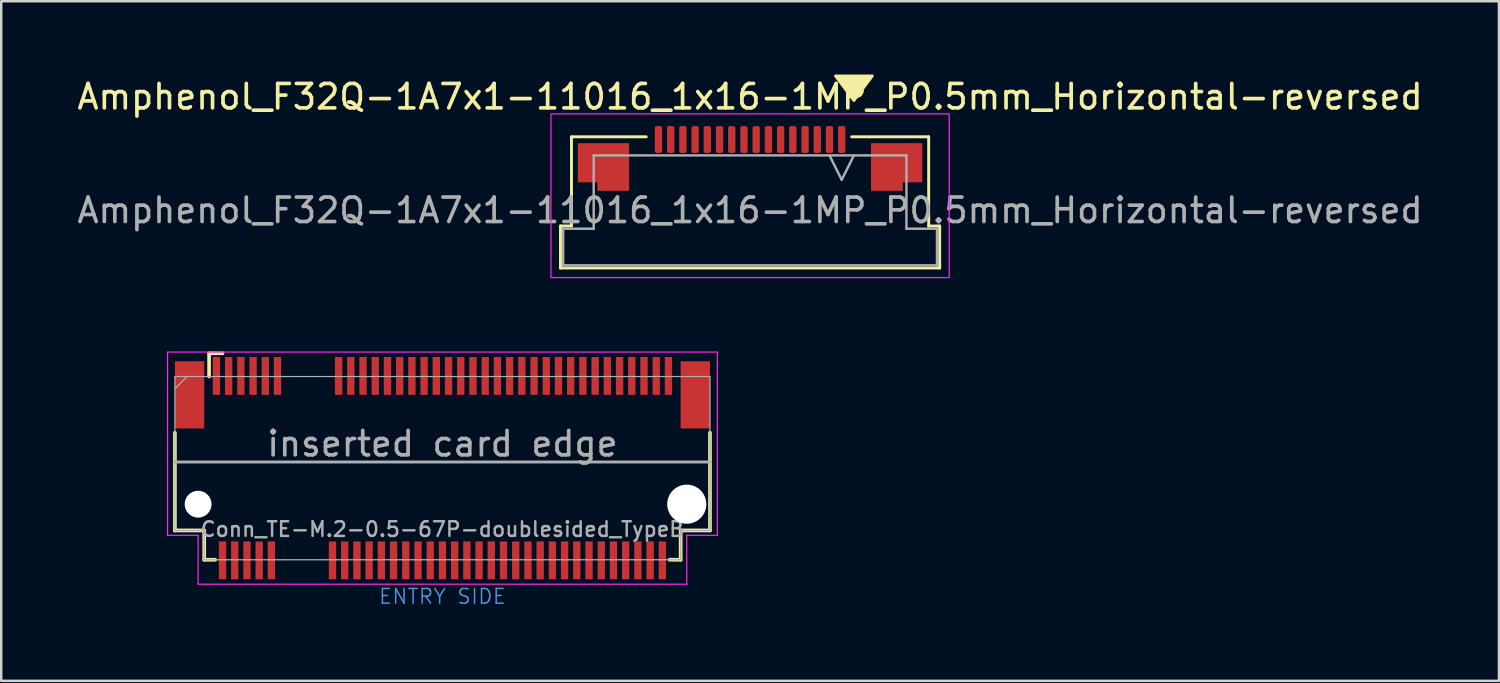
<source format=kicad_pcb>
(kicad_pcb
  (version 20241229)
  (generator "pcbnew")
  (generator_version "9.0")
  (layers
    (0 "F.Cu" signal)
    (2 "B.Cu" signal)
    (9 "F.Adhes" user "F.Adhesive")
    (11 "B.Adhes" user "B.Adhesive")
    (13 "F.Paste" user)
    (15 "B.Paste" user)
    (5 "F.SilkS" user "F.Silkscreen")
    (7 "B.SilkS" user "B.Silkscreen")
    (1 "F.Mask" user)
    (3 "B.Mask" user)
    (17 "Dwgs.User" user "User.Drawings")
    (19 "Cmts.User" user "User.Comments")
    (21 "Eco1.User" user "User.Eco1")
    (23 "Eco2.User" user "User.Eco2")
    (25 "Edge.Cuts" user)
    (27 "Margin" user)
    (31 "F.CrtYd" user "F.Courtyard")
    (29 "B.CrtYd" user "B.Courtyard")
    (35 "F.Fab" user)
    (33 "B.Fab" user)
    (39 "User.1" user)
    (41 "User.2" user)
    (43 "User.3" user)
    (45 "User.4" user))
  (footprint "Amphenol_F32Q-1A7x1-11016_1x16-1MP_P0.5mm_Horizontal-reversed"
    (layer "F.Cu")
    (at 27.649 5.56)
    (property "Reference" "Amphenol_F32Q-1A7x1-11016_1x16-1MP_P0.5mm_Horizontal-reversed" (at 0 -4.65 0) (layer "F.SilkS") (effects (font (size 1 1) (thickness 0.15))))
    (attr smd)
    (fp_line (start -7.76 0.64) (end -7.31 0.64) (stroke (width 0.12) (type solid)) (layer "F.SilkS"))
    (fp_line (start -7.76 2.36) (end -7.76 0.64) (stroke (width 0.12) (type solid)) (layer "F.SilkS"))
    (fp_line (start -7.31 -3.01) (end -4.25 -3.01) (stroke (width 0.12) (type solid)) (layer "F.SilkS"))
    (fp_line (start -7.31 0.64) (end -7.31 -3.01) (stroke (width 0.12) (type solid)) (layer "F.SilkS"))
    (fp_line (start 4.16 -3.01) (end 7.31 -3.01) (stroke (width 0.12) (type solid)) (layer "F.SilkS"))
    (fp_line (start 7.31 -3.01) (end 7.31 0.64) (stroke (width 0.12) (type solid)) (layer "F.SilkS"))
    (fp_line (start 7.31 0.64) (end 7.76 0.64) (stroke (width 0.12) (type solid)) (layer "F.SilkS"))
    (fp_line (start 7.76 0.64) (end 7.76 2.36) (stroke (width 0.12) (type solid)) (layer "F.SilkS"))
    (fp_line (start 7.76 2.36) (end -7.76 2.36) (stroke (width 0.12) (type solid)) (layer "F.SilkS"))
    (fp_poly (pts (xy 4.25 -4.5) (xy 3.5 -5.5) (xy 5 -5.5)) (stroke (width 0.12) (type solid)) (fill yes) (layer "F.SilkS"))
    (fp_rect (start -8.15 -3.95) (end 8.15 2.75) (stroke (width 0.05) (type solid)) (fill no) (layer "F.CrtYd"))
    (fp_line (start -7.65 0.75) (end -6.4 0.75) (stroke (width 0.1) (type solid)) (layer "F.Fab"))
    (fp_line (start -7.65 2.25) (end -7.65 0.75) (stroke (width 0.1) (type solid)) (layer "F.Fab"))
    (fp_line (start -6.4 -2.25) (end 6.4 -2.25) (stroke (width 0.1) (type solid)) (layer "F.Fab"))
    (fp_line (start -6.4 0.75) (end -6.4 -2.25) (stroke (width 0.1) (type solid)) (layer "F.Fab"))
    (fp_line (start 3.25 -2.25) (end 3.75 -1.25) (stroke (width 0.1) (type solid)) (layer "F.Fab"))
    (fp_line (start 3.75 -1.25) (end 4.25 -2.25) (stroke (width 0.1) (type solid)) (layer "F.Fab"))
    (fp_line (start 6.4 -2.25) (end 6.4 0.75) (stroke (width 0.1) (type solid)) (layer "F.Fab"))
    (fp_line (start 6.4 0.75) (end 7.65 0.75) (stroke (width 0.1) (type solid)) (layer "F.Fab"))
    (fp_line (start 7.65 0.75) (end 7.65 2.25) (stroke (width 0.1) (type solid)) (layer "F.Fab"))
    (fp_line (start 7.65 2.25) (end -7.65 2.25) (stroke (width 0.1) (type solid)) (layer "F.Fab"))
    (fp_text user "${REFERENCE}" (at 0 0 0) (layer "F.Fab") (effects (font (size 1 1) (thickness 0.15))))
    (pad "1" smd roundrect (at 3.75 -2.9) (size 0.3 1.1) (layers "F.Cu" "F.Mask" "F.Paste") (roundrect_rratio 0.25))
    (pad "2" smd roundrect (at 3.25 -2.9) (size 0.3 1.1) (layers "F.Cu" "F.Mask" "F.Paste") (roundrect_rratio 0.25))
    (pad "3" smd roundrect (at 2.75 -2.9) (size 0.3 1.1) (layers "F.Cu" "F.Mask" "F.Paste") (roundrect_rratio 0.25))
    (pad "4" smd roundrect (at 2.25 -2.9) (size 0.3 1.1) (layers "F.Cu" "F.Mask" "F.Paste") (roundrect_rratio 0.25))
    (pad "5" smd roundrect (at 1.75 -2.9) (size 0.3 1.1) (layers "F.Cu" "F.Mask" "F.Paste") (roundrect_rratio 0.25))
    (pad "6" smd roundrect (at 1.25 -2.9) (size 0.3 1.1) (layers "F.Cu" "F.Mask" "F.Paste") (roundrect_rratio 0.25))
    (pad "7" smd roundrect (at 0.75 -2.9) (size 0.3 1.1) (layers "F.Cu" "F.Mask" "F.Paste") (roundrect_rratio 0.25))
    (pad "8" smd roundrect (at 0.25 -2.9) (size 0.3 1.1) (layers "F.Cu" "F.Mask" "F.Paste") (roundrect_rratio 0.25))
    (pad "9" smd roundrect (at -0.25 -2.9) (size 0.3 1.1) (layers "F.Cu" "F.Mask" "F.Paste") (roundrect_rratio 0.25))
    (pad "10" smd roundrect (at -0.75 -2.9) (size 0.3 1.1) (layers "F.Cu" "F.Mask" "F.Paste") (roundrect_rratio 0.25))
    (pad "11" smd roundrect (at -1.25 -2.9) (size 0.3 1.1) (layers "F.Cu" "F.Mask" "F.Paste") (roundrect_rratio 0.25))
    (pad "12" smd roundrect (at -1.75 -2.9) (size 0.3 1.1) (layers "F.Cu" "F.Mask" "F.Paste") (roundrect_rratio 0.25))
    (pad "13" smd roundrect (at -2.25 -2.9) (size 0.3 1.1) (layers "F.Cu" "F.Mask" "F.Paste") (roundrect_rratio 0.25))
    (pad "14" smd roundrect (at -2.75 -2.9) (size 0.3 1.1) (layers "F.Cu" "F.Mask" "F.Paste") (roundrect_rratio 0.25))
    (pad "15" smd roundrect (at -3.25 -2.9) (size 0.3 1.1) (layers "F.Cu" "F.Mask" "F.Paste") (roundrect_rratio 0.25))
    (pad "16" smd roundrect (at -3.75 -2.9) (size 0.3 1.1) (layers "F.Cu" "F.Mask" "F.Paste") (roundrect_rratio 0.25))
    (pad "MP" smd custom (at -6 -1.775) (size 1 1) (layers "F.Cu" "F.Mask" "F.Paste") (options (anchor circle)) (primitives (gr_poly (pts (xy 1.05 -0.975) (xy 1.05 0.975) (xy -0.25 0.975) (xy -0.25 0.625) (xy -1.05 0.625) (xy -1.05 -0.975)) (width 0) (fill yes))))
    (pad "MP" smd custom (at 6 -1.775) (size 1 1) (layers "F.Cu" "F.Mask" "F.Paste") (options (anchor circle)) (primitives (gr_poly (pts (xy -1.05 -0.975) (xy -1.05 0.975) (xy 0.25 0.975) (xy 0.25 0.625) (xy 1.05 0.625) (xy 1.05 -0.975)) (width 0) (fill yes)))))
  (footprint "Conn_TE-M.2-0.5-67P-doublesided_TypeB"
    (layer "F.Cu")
    (at 15.058 17.61)
    (property "Reference" "Conn_TE-M.2-0.5-67P-doublesided_TypeB" (at 0 1 0) (layer "F.Fab") (effects (font (size 0.6 0.6) (thickness 0.1))))
    (attr through_hole)
    (fp_line (start -10.95 1.05) (end -10.95 -2.95) (stroke (width 0.15) (type solid)) (layer "F.SilkS"))
    (fp_line (start -9.75 1.05) (end -10.95 1.05) (stroke (width 0.15) (type solid)) (layer "F.SilkS"))
    (fp_line (start -9.75 2.25) (end -9.75 1.05) (stroke (width 0.15) (type solid)) (layer "F.SilkS"))
    (fp_line (start -9.55 -6.2) (end -9 -6.2) (stroke (width 0.15) (type solid)) (layer "F.SilkS"))
    (fp_line (start -9.55 -5.25) (end -9.55 -6.2) (stroke (width 0.15) (type solid)) (layer "F.SilkS"))
    (fp_line (start -9.3 2.25) (end -9.75 2.25) (stroke (width 0.15) (type solid)) (layer "F.SilkS"))
    (fp_line (start 9.75 1.05) (end 9.75 2.25) (stroke (width 0.15) (type solid)) (layer "F.SilkS"))
    (fp_line (start 9.75 2.25) (end 9.3 2.25) (stroke (width 0.15) (type solid)) (layer "F.SilkS"))
    (fp_line (start 10.95 1.05) (end 9.75 1.05) (stroke (width 0.15) (type solid)) (layer "F.SilkS"))
    (fp_line (start 10.95 1.05) (end 10.95 -2.95) (stroke (width 0.15) (type solid)) (layer "F.SilkS"))
    (fp_line (start -11.25 -6.25) (end 11.25 -6.25) (stroke (width 0.05) (type solid)) (layer "F.CrtYd"))
    (fp_line (start -11.25 1.25) (end -11.25 -6.25) (stroke (width 0.05) (type solid)) (layer "F.CrtYd"))
    (fp_line (start -10 1.25) (end -11.25 1.25) (stroke (width 0.05) (type solid)) (layer "F.CrtYd"))
    (fp_line (start -10 3.25) (end -10 1.25) (stroke (width 0.05) (type solid)) (layer "F.CrtYd"))
    (fp_line (start 10 1.25) (end 10 3.25) (stroke (width 0.05) (type solid)) (layer "F.CrtYd"))
    (fp_line (start 10 3.25) (end -10 3.25) (stroke (width 0.05) (type solid)) (layer "F.CrtYd"))
    (fp_line (start 11.25 -6.25) (end 11.25 1.25) (stroke (width 0.05) (type solid)) (layer "F.CrtYd"))
    (fp_line (start 11.25 1.25) (end 10 1.25) (stroke (width 0.05) (type solid)) (layer "F.CrtYd"))
    (fp_line (start -10.95 -5.25) (end -10.95 1.05) (stroke (width 0.05) (type solid)) (layer "F.Fab"))
    (fp_line (start -10.95 -5.25) (end 10.95 -5.25) (stroke (width 0.05) (type solid)) (layer "F.Fab"))
    (fp_line (start -10.95 -4.75) (end -10.45 -5.25) (stroke (width 0.05) (type solid)) (layer "F.Fab"))
    (fp_line (start -10.95 -1.75) (end 10.95 -1.75) (stroke (width 0.12) (type solid)) (layer "F.Fab"))
    (fp_line (start -10.95 1.05) (end -9.75 1.05) (stroke (width 0.05) (type solid)) (layer "F.Fab"))
    (fp_line (start -9.75 1.05) (end -9.75 2.25) (stroke (width 0.05) (type solid)) (layer "F.Fab"))
    (fp_line (start -9.75 2.25) (end 9.75 2.25) (stroke (width 0.05) (type solid)) (layer "F.Fab"))
    (fp_line (start 9.75 1.05) (end 9.75 2.25) (stroke (width 0.05) (type solid)) (layer "F.Fab"))
    (fp_line (start 10.95 1.05) (end 9.75 1.05) (stroke (width 0.05) (type solid)) (layer "F.Fab"))
    (fp_line (start 10.95 1.05) (end 10.95 -5.25) (stroke (width 0.05) (type solid)) (layer "F.Fab"))
    (fp_text user "ENTRY SIDE" (at 0 3.75 0) (layer "Cmts.User") (effects (font (size 0.6 0.6) (thickness 0.06))))
    (fp_text user "${REFERENCE}" (at -10.1 -4.8 0) (layer "Eco1.User") (effects (font (size 0.3 0.3) (thickness 0.03))))
    (fp_text user "inserted card edge" (at 0 -2.5 0) (layer "F.Fab") (effects (font (size 1 1) (thickness 0.15))))
    (pad "" np_thru_hole circle (at -10 -0.025) (size 1.1 1.1) (drill 1.1) (layers "*.Cu"))
    (pad "" np_thru_hole circle (at 10 -0.025) (size 1.6 1.6) (drill 1.6) (layers "*.Cu"))
    (pad "1" smd rect (at -9.25 -5.275) (size 0.3 1.55) (layers "F.Cu" "F.Mask" "F.Paste"))
    (pad "2" smd rect (at -9 2.275) (size 0.3 1.55) (layers "F.Cu" "F.Mask" "F.Paste"))
    (pad "3" smd rect (at -8.75 -5.275) (size 0.3 1.55) (layers "F.Cu" "F.Mask" "F.Paste"))
    (pad "4" smd rect (at -8.5 2.275) (size 0.3 1.55) (layers "F.Cu" "F.Mask" "F.Paste"))
    (pad "5" smd rect (at -8.25 -5.275) (size 0.3 1.55) (layers "F.Cu" "F.Mask" "F.Paste"))
    (pad "6" smd rect (at -8 2.275) (size 0.3 1.55) (layers "F.Cu" "F.Mask" "F.Paste"))
    (pad "7" smd rect (at -7.75 -5.275) (size 0.3 1.55) (layers "F.Cu" "F.Mask" "F.Paste"))
    (pad "8" smd rect (at -7.5 2.275) (size 0.3 1.55) (layers "F.Cu" "F.Mask" "F.Paste"))
    (pad "9" smd rect (at -7.25 -5.275) (size 0.3 1.55) (layers "F.Cu" "F.Mask" "F.Paste"))
    (pad "10" smd rect (at -7 2.275) (size 0.3 1.55) (layers "F.Cu" "F.Mask" "F.Paste"))
    (pad "11" smd rect (at -6.75 -5.275) (size 0.3 1.55) (layers "F.Cu" "F.Mask" "F.Paste"))
    (pad "20" smd rect (at -4.5 2.275) (size 0.3 1.55) (layers "F.Cu" "F.Mask" "F.Paste"))
    (pad "21" smd rect (at -4.25 -5.275) (size 0.3 1.55) (layers "F.Cu" "F.Mask" "F.Paste"))
    (pad "22" smd rect (at -4 2.275) (size 0.3 1.55) (layers "F.Cu" "F.Mask" "F.Paste"))
    (pad "23" smd rect (at -3.75 -5.275) (size 0.3 1.55) (layers "F.Cu" "F.Mask" "F.Paste"))
    (pad "24" smd rect (at -3.5 2.275) (size 0.3 1.55) (layers "F.Cu" "F.Mask" "F.Paste"))
    (pad "25" smd rect (at -3.25 -5.275) (size 0.3 1.55) (layers "F.Cu" "F.Mask" "F.Paste"))
    (pad "26" smd rect (at -3 2.275) (size 0.3 1.55) (layers "F.Cu" "F.Mask" "F.Paste"))
    (pad "27" smd rect (at -2.75 -5.275) (size 0.3 1.55) (layers "F.Cu" "F.Mask" "F.Paste"))
    (pad "28" smd rect (at -2.5 2.275) (size 0.3 1.55) (layers "F.Cu" "F.Mask" "F.Paste"))
    (pad "29" smd rect (at -2.25 -5.275) (size 0.3 1.55) (layers "F.Cu" "F.Mask" "F.Paste"))
    (pad "30" smd rect (at -2 2.275) (size 0.3 1.55) (layers "F.Cu" "F.Mask" "F.Paste"))
    (pad "31" smd rect (at -1.75 -5.275) (size 0.3 1.55) (layers "F.Cu" "F.Mask" "F.Paste"))
    (pad "32" smd rect (at -1.5 2.275) (size 0.3 1.55) (layers "F.Cu" "F.Mask" "F.Paste"))
    (pad "33" smd rect (at -1.25 -5.275) (size 0.3 1.55) (layers "F.Cu" "F.Mask" "F.Paste"))
    (pad "34" smd rect (at -1 2.275) (size 0.3 1.55) (layers "F.Cu" "F.Mask" "F.Paste"))
    (pad "35" smd rect (at -0.75 -5.275) (size 0.3 1.55) (layers "F.Cu" "F.Mask" "F.Paste"))
    (pad "36" smd rect (at -0.5 2.275) (size 0.3 1.55) (layers "F.Cu" "F.Mask" "F.Paste"))
    (pad "37" smd rect (at -0.25 -5.275) (size 0.3 1.55) (layers "F.Cu" "F.Mask" "F.Paste"))
    (pad "38" smd rect (at 0 2.275) (size 0.3 1.55) (layers "F.Cu" "F.Mask" "F.Paste"))
    (pad "39" smd rect (at 0.25 -5.275) (size 0.3 1.55) (layers "F.Cu" "F.Mask" "F.Paste"))
    (pad "40" smd rect (at 0.5 2.275) (size 0.3 1.55) (layers "F.Cu" "F.Mask" "F.Paste"))
    (pad "41" smd rect (at 0.75 -5.275) (size 0.3 1.55) (layers "F.Cu" "F.Mask" "F.Paste"))
    (pad "42" smd rect (at 1 2.275) (size 0.3 1.55) (layers "F.Cu" "F.Mask" "F.Paste"))
    (pad "43" smd rect (at 1.25 -5.275) (size 0.3 1.55) (layers "F.Cu" "F.Mask" "F.Paste"))
    (pad "44" smd rect (at 1.5 2.275) (size 0.3 1.55) (layers "F.Cu" "F.Mask" "F.Paste"))
    (pad "45" smd rect (at 1.75 -5.275) (size 0.3 1.55) (layers "F.Cu" "F.Mask" "F.Paste"))
    (pad "46" smd rect (at 2 2.275) (size 0.3 1.55) (layers "F.Cu" "F.Mask" "F.Paste"))
    (pad "47" smd rect (at 2.25 -5.275) (size 0.3 1.55) (layers "F.Cu" "F.Mask" "F.Paste"))
    (pad "48" smd rect (at 2.5 2.275) (size 0.3 1.55) (layers "F.Cu" "F.Mask" "F.Paste"))
    (pad "49" smd rect (at 2.75 -5.275) (size 0.3 1.55) (layers "F.Cu" "F.Mask" "F.Paste"))
    (pad "50" smd rect (at 3 2.275) (size 0.3 1.55) (layers "F.Cu" "F.Mask" "F.Paste"))
    (pad "51" smd rect (at 3.25 -5.275) (size 0.3 1.55) (layers "F.Cu" "F.Mask" "F.Paste"))
    (pad "52" smd rect (at 3.5 2.275) (size 0.3 1.55) (layers "F.Cu" "F.Mask" "F.Paste"))
    (pad "53" smd rect (at 3.75 -5.275) (size 0.3 1.55) (layers "F.Cu" "F.Mask" "F.Paste"))
    (pad "54" smd rect (at 4 2.275) (size 0.3 1.55) (layers "F.Cu" "F.Mask" "F.Paste"))
    (pad "55" smd rect (at 4.25 -5.275) (size 0.3 1.55) (layers "F.Cu" "F.Mask" "F.Paste"))
    (pad "56" smd rect (at 4.5 2.275) (size 0.3 1.55) (layers "F.Cu" "F.Mask" "F.Paste"))
    (pad "57" smd rect (at 4.75 -5.275) (size 0.3 1.55) (layers "F.Cu" "F.Mask" "F.Paste"))
    (pad "58" smd rect (at 5 2.275) (size 0.3 1.55) (layers "F.Cu" "F.Mask" "F.Paste"))
    (pad "59" smd rect (at 5.25 -5.275) (size 0.3 1.55) (layers "F.Cu" "F.Mask" "F.Paste"))
    (pad "60" smd rect (at 5.5 2.275) (size 0.3 1.55) (layers "F.Cu" "F.Mask" "F.Paste"))
    (pad "61" smd rect (at 5.75 -5.275) (size 0.3 1.55) (layers "F.Cu" "F.Mask" "F.Paste"))
    (pad "62" smd rect (at 6 2.275) (size 0.3 1.55) (layers "F.Cu" "F.Mask" "F.Paste"))
    (pad "63" smd rect (at 6.25 -5.275) (size 0.3 1.55) (layers "F.Cu" "F.Mask" "F.Paste"))
    (pad "64" smd rect (at 6.5 2.275) (size 0.3 1.55) (layers "F.Cu" "F.Mask" "F.Paste"))
    (pad "65" smd rect (at 6.75 -5.275) (size 0.3 1.55) (layers "F.Cu" "F.Mask" "F.Paste"))
    (pad "66" smd rect (at 7 2.275) (size 0.3 1.55) (layers "F.Cu" "F.Mask" "F.Paste"))
    (pad "67" smd rect (at 7.25 -5.275) (size 0.3 1.55) (layers "F.Cu" "F.Mask" "F.Paste"))
    (pad "68" smd rect (at 7.5 2.275) (size 0.3 1.55) (layers "F.Cu" "F.Mask" "F.Paste"))
    (pad "69" smd rect (at 7.75 -5.275) (size 0.3 1.55) (layers "F.Cu" "F.Mask" "F.Paste"))
    (pad "70" smd rect (at 8 2.275) (size 0.3 1.55) (layers "F.Cu" "F.Mask" "F.Paste"))
    (pad "71" smd rect (at 8.25 -5.275) (size 0.3 1.55) (layers "F.Cu" "F.Mask" "F.Paste"))
    (pad "72" smd rect (at 8.5 2.275) (size 0.3 1.55) (layers "F.Cu" "F.Mask" "F.Paste"))
    (pad "73" smd rect (at 8.75 -5.275) (size 0.3 1.55) (layers "F.Cu" "F.Mask" "F.Paste"))
    (pad "74" smd rect (at 9 2.275) (size 0.3 1.55) (layers "F.Cu" "F.Mask" "F.Paste"))
    (pad "75" smd rect (at 9.25 -5.275) (size 0.3 1.55) (layers "F.Cu" "F.Mask" "F.Paste"))
    (pad "MP" smd rect (at -10.35 -4.5) (size 1.2 2.75) (layers "F.Cu" "F.Mask" "F.Paste"))
    (pad "MP" smd rect (at 10.35 -4.5) (size 1.2 2.75) (layers "F.Cu" "F.Mask" "F.Paste")))
  (gr_rect
    (start -3 -3)
    (end 58.298 24.816)
    (stroke (width 0.1) (type default))
    (fill no)
    (layer "Edge.Cuts")))
</source>
